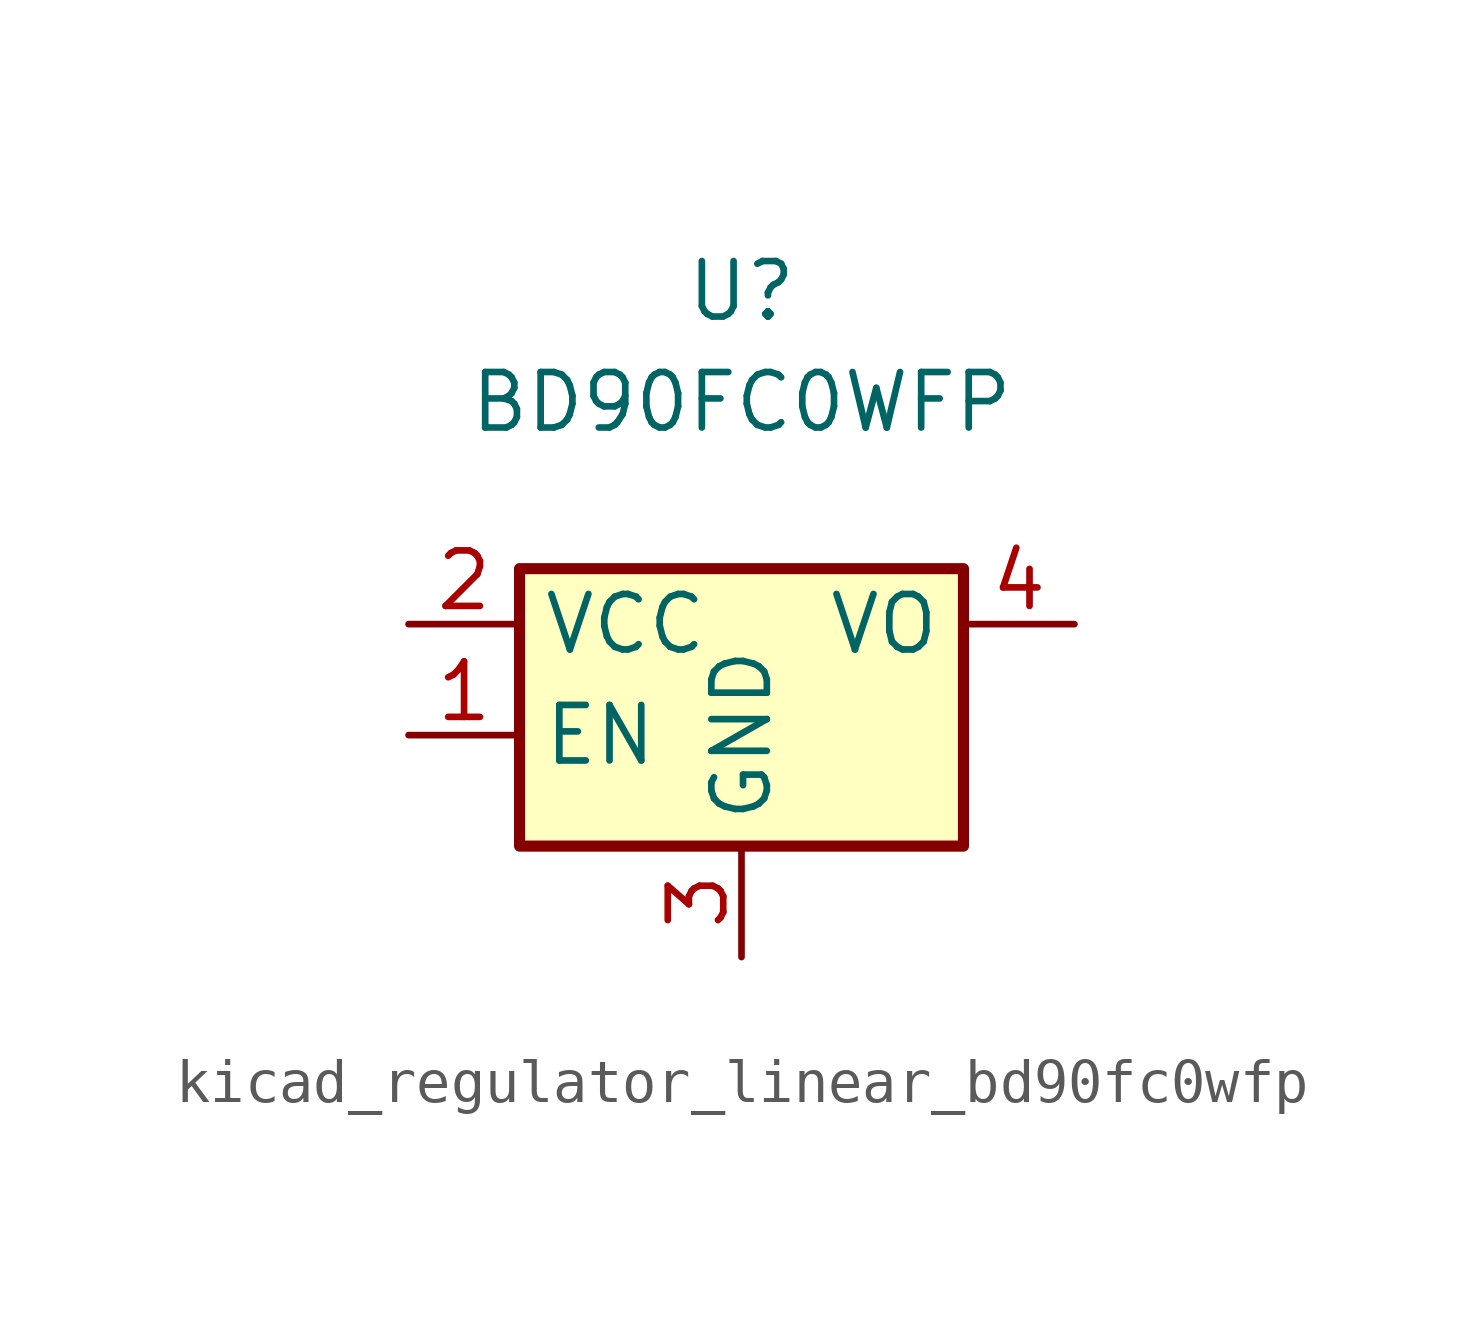
<source format=kicad_sym>
(kicad_symbol_lib
  (version 20220914)
  (generator kicad_symbol_editor)
  (symbol "kicad_regulator_linear_bd90fc0wfp"
    (property "Reference" "U"
      (at 0 7.62 0)
      (effects (font (size 1.27 1.27))))
    (property "Value" "BD90FC0WFP"
      (at 0 5.08 0)
      (effects (font (size 1.27 1.27))))
    (symbol "kicad_regulator_linear_bd90fc0wfp_1_1"
      (rectangle (start -5.08 -5.08) (end 5.08 1.27) (stroke (width 0.254) (type default)) (fill (type background)))
      (pin input line (at -7.62 -2.54 0) (length 2.54) (name "EN" (effects (font (size 1.27 1.27)))) (number "1" (effects (font (size 1.27 1.27)))))
      (pin power_in line (at -7.62 0 0) (length 2.54) (name "VCC" (effects (font (size 1.27 1.27)))) (number "2" (effects (font (size 1.27 1.27)))))
      (pin power_in line (at 0 -7.62 90) (length 2.54) (name "GND" (effects (font (size 1.27 1.27)))) (number "3" (effects (font (size 1.27 1.27)))))
      (pin power_out line (at 7.62 0 180) (length 2.54) (name "VO" (effects (font (size 1.27 1.27)))) (number "4" (effects (font (size 1.27 1.27)))))
      (pin no_connect line (at 5.08 -2.54 180) (length 2.54) hide (name "NC" (effects (font (size 1.27 1.27)))) (number "5" (effects (font (size 1.27 1.27))))))))
</source>
